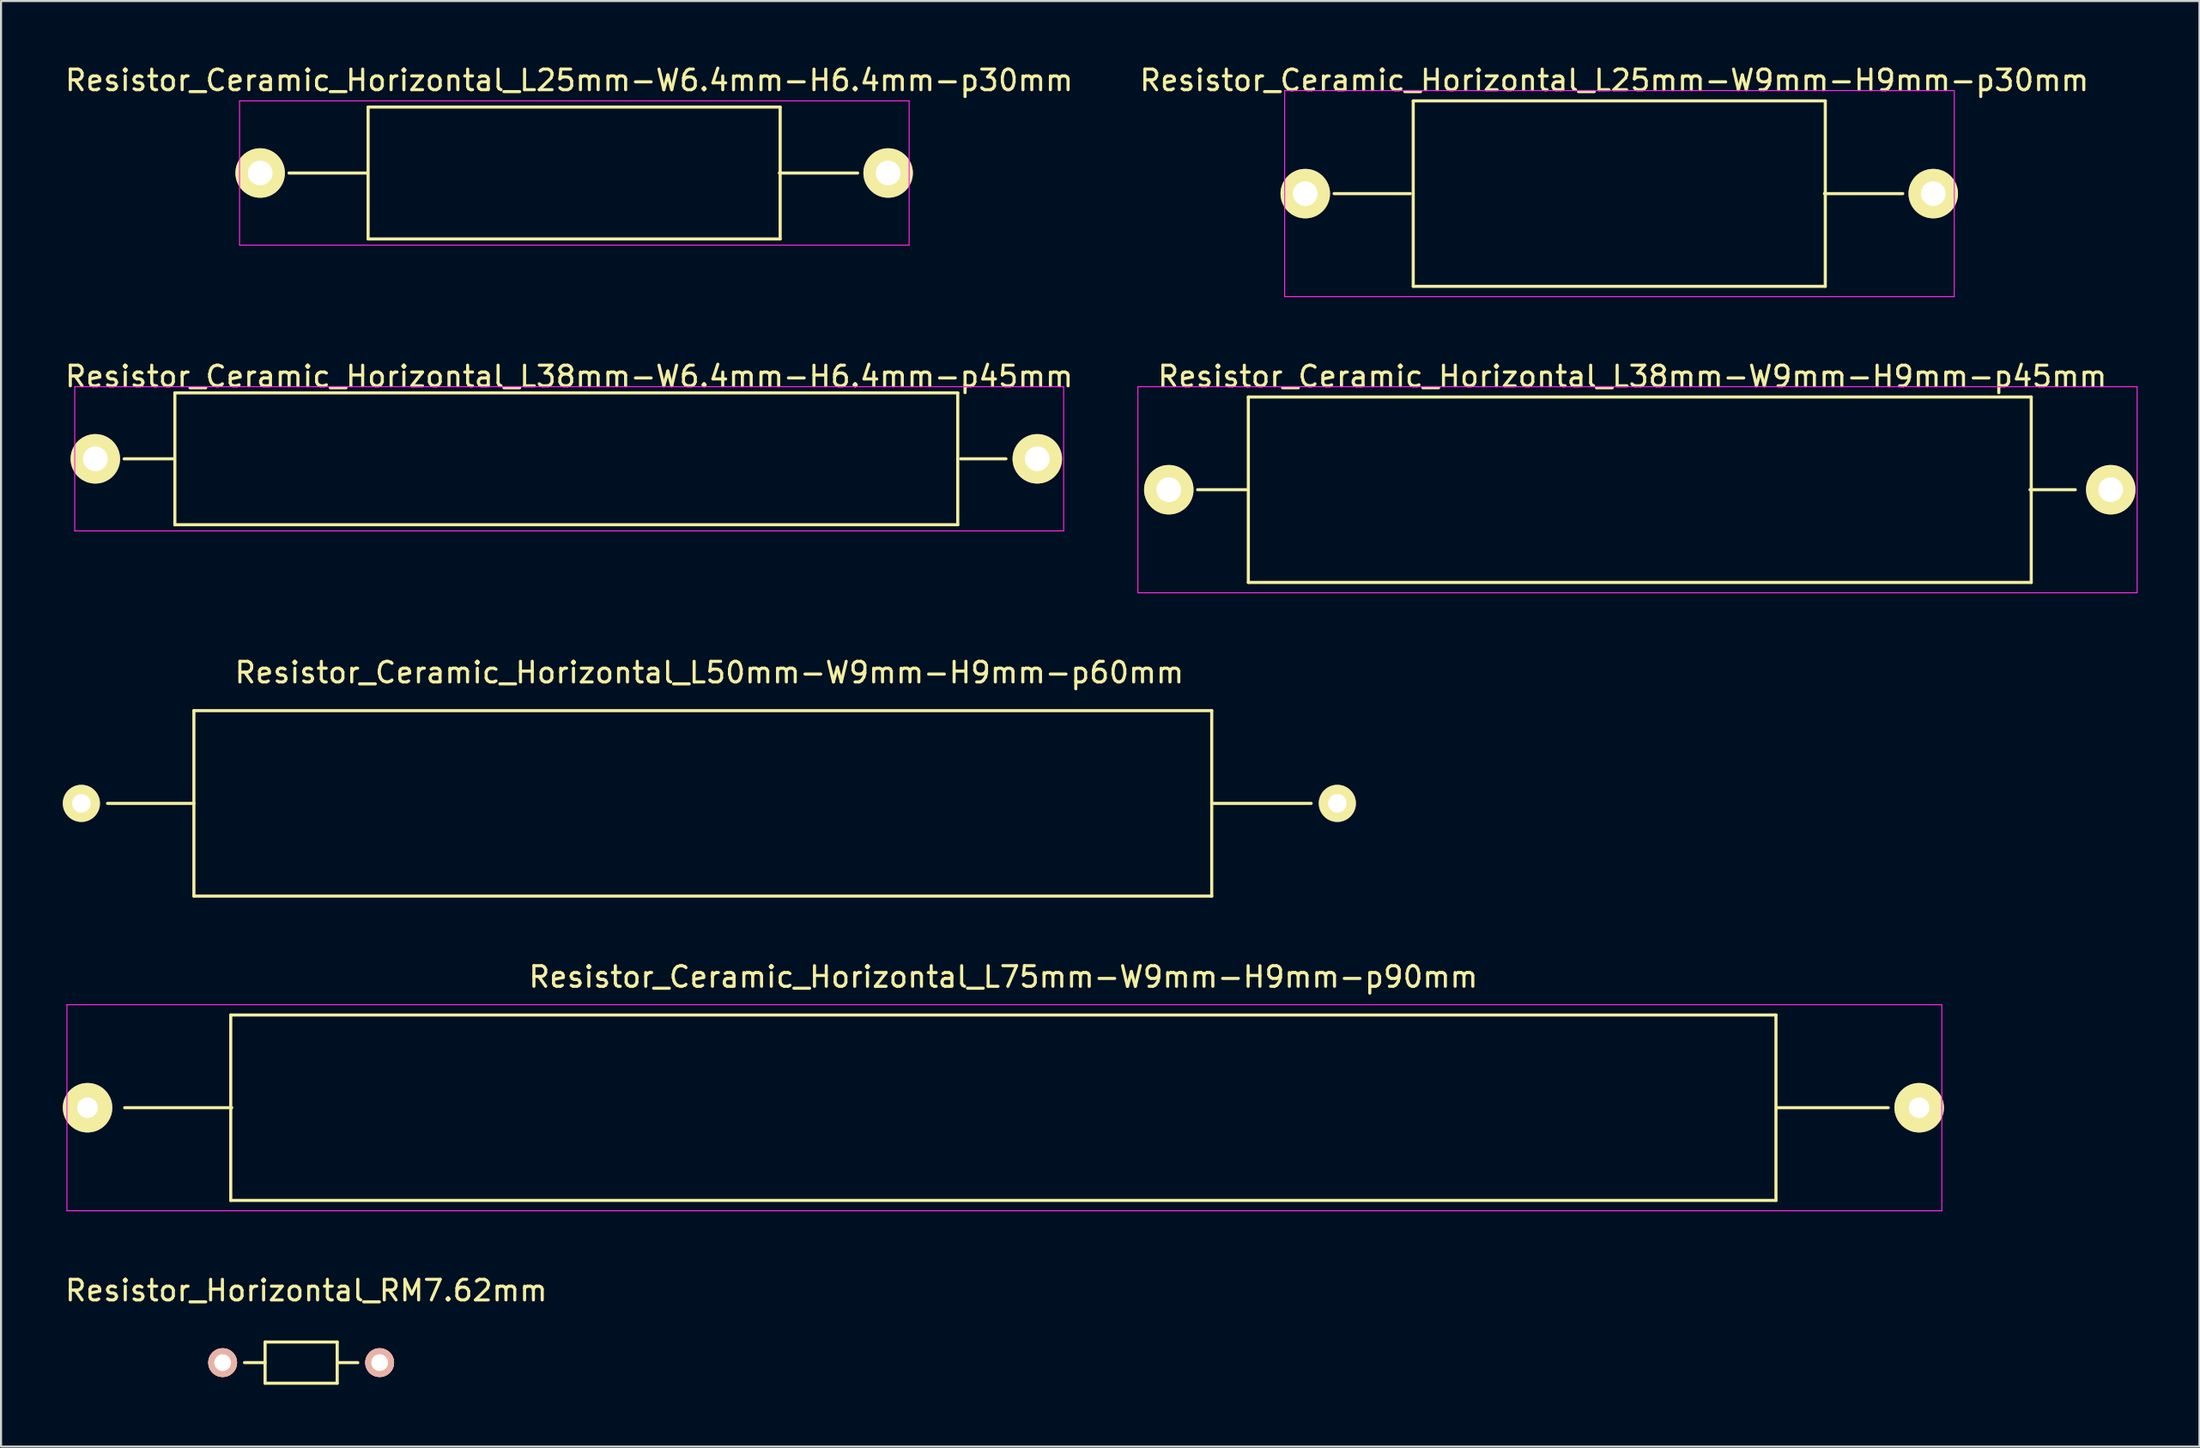
<source format=kicad_pcb>
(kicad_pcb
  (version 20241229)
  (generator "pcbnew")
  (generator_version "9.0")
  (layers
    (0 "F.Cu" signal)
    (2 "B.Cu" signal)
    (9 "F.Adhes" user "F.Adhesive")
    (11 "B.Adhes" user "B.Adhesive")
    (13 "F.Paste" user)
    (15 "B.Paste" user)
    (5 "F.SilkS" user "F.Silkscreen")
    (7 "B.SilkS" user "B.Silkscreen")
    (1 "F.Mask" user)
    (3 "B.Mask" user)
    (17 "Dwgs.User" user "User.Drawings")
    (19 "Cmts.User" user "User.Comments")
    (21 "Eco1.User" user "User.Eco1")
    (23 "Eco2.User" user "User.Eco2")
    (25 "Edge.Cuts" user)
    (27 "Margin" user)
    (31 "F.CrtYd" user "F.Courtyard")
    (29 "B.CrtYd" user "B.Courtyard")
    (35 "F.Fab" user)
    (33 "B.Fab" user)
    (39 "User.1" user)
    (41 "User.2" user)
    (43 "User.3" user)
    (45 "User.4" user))
  (footprint "Resistor_Ceramic_Horizontal_L38mm-W6.4mm-H6.4mm-p45mm"
    (layer "F.Cu")
    (at 1.577 19.221)
    (property "Reference" "Resistor_Ceramic_Horizontal_L38mm-W6.4mm-H6.4mm-p45mm" (at 23 -4 0) (layer "F.SilkS") (effects (font (size 1 1) (thickness 0.15))))
    (attr through_hole)
    (fp_line (start 1.4 0) (end 3.8 0) (stroke (width 0.15) (type solid)) (layer "F.SilkS"))
    (fp_line (start 3.86 -3.2) (end 3.86 3.2) (stroke (width 0.15) (type solid)) (layer "F.SilkS"))
    (fp_line (start 3.86 3.2) (end 41.86 3.2) (stroke (width 0.15) (type solid)) (layer "F.SilkS"))
    (fp_line (start 41.86 -3.2) (end 3.86 -3.2) (stroke (width 0.15) (type solid)) (layer "F.SilkS"))
    (fp_line (start 41.86 3.2) (end 41.86 -3.2) (stroke (width 0.15) (type solid)) (layer "F.SilkS"))
    (fp_line (start 42 0) (end 44.2 0) (stroke (width 0.15) (type solid)) (layer "F.SilkS"))
    (fp_line (start -1 -3.5) (end -1 3.5) (stroke (width 0.05) (type solid)) (layer "F.CrtYd"))
    (fp_line (start -1 3.5) (end 47 3.5) (stroke (width 0.05) (type solid)) (layer "F.CrtYd"))
    (fp_line (start 47 -3.5) (end -1 -3.5) (stroke (width 0.05) (type solid)) (layer "F.CrtYd"))
    (fp_line (start 47 3.5) (end 47 -3.5) (stroke (width 0.05) (type solid)) (layer "F.CrtYd"))
    (pad "1" thru_hole circle (at 0 0 180) (size 2.4 2.4) (drill 1.2) (layers "*.Cu" "*.Mask" "F.SilkS"))
    (pad "2" thru_hole circle (at 45.72 0 180) (size 2.4 2.4) (drill 1.2) (layers "*.Cu" "*.Mask" "F.SilkS")))
  (footprint "Resistor_Ceramic_Horizontal_L38mm-W9mm-H9mm-p45mm"
    (layer "F.Cu")
    (at 53.68 20.721)
    (property "Reference" "Resistor_Ceramic_Horizontal_L38mm-W9mm-H9mm-p45mm" (at 22.5 -5.5 0) (layer "F.SilkS") (effects (font (size 1 1) (thickness 0.15))))
    (attr through_hole)
    (fp_line (start 3.8 0) (end 1.4 0) (stroke (width 0.15) (type solid)) (layer "F.SilkS"))
    (fp_line (start 3.86 -4.5) (end 3.86 4.5) (stroke (width 0.15) (type solid)) (layer "F.SilkS"))
    (fp_line (start 3.86 4.5) (end 41.86 4.5) (stroke (width 0.15) (type solid)) (layer "F.SilkS"))
    (fp_line (start 41.86 -4.5) (end 3.86 -4.5) (stroke (width 0.15) (type solid)) (layer "F.SilkS"))
    (fp_line (start 41.86 4.5) (end 41.86 -4.5) (stroke (width 0.15) (type solid)) (layer "F.SilkS"))
    (fp_line (start 44 0) (end 41.8 0) (stroke (width 0.15) (type solid)) (layer "F.SilkS"))
    (fp_line (start -1.5 -5) (end -1.5 5) (stroke (width 0.05) (type solid)) (layer "F.CrtYd"))
    (fp_line (start -1.5 5) (end 47 5) (stroke (width 0.05) (type solid)) (layer "F.CrtYd"))
    (fp_line (start 47 -5) (end -1.5 -5) (stroke (width 0.05) (type solid)) (layer "F.CrtYd"))
    (fp_line (start 47 5) (end 47 -5) (stroke (width 0.05) (type solid)) (layer "F.CrtYd"))
    (pad "1" thru_hole circle (at 0 0 180) (size 2.4 2.4) (drill 1.2) (layers "*.Cu" "*.Mask" "F.SilkS"))
    (pad "2" thru_hole circle (at 45.72 0 180) (size 2.4 2.4) (drill 1.2) (layers "*.Cu" "*.Mask" "F.SilkS")))
  (footprint "Resistor_Ceramic_Horizontal_L25mm-W6.4mm-H6.4mm-p30mm"
    (layer "F.Cu")
    (at 9.577 5.348)
    (property "Reference" "Resistor_Ceramic_Horizontal_L25mm-W6.4mm-H6.4mm-p30mm" (at 15 -4.5 0) (layer "F.SilkS") (effects (font (size 1 1) (thickness 0.15))))
    (attr through_hole)
    (fp_line (start 5.2 0) (end 1.4 0) (stroke (width 0.15) (type solid)) (layer "F.SilkS"))
    (fp_line (start 5.24 -3.2) (end 5.24 3.2) (stroke (width 0.15) (type solid)) (layer "F.SilkS"))
    (fp_line (start 5.24 3.2) (end 25.24 3.2) (stroke (width 0.15) (type solid)) (layer "F.SilkS"))
    (fp_line (start 25.24 -3.2) (end 5.24 -3.2) (stroke (width 0.15) (type solid)) (layer "F.SilkS"))
    (fp_line (start 25.24 3.2) (end 25.24 -3.2) (stroke (width 0.15) (type solid)) (layer "F.SilkS"))
    (fp_line (start 29 0) (end 25.2 0) (stroke (width 0.15) (type solid)) (layer "F.SilkS"))
    (fp_line (start -1 -3.5) (end -1 3.5) (stroke (width 0.05) (type solid)) (layer "F.CrtYd"))
    (fp_line (start 31.5 -3.5) (end -1 -3.5) (stroke (width 0.05) (type solid)) (layer "F.CrtYd"))
    (fp_line (start 31.5 -3.5) (end 31.5 3.5) (stroke (width 0.05) (type solid)) (layer "F.CrtYd"))
    (fp_line (start 31.5 3.5) (end -1 3.5) (stroke (width 0.05) (type solid)) (layer "F.CrtYd"))
    (pad "1" thru_hole circle (at 0 0 180) (size 2.4 2.4) (drill 1.2) (layers "*.Cu" "*.Mask" "F.SilkS"))
    (pad "2" thru_hole circle (at 30.48 0 180) (size 2.4 2.4) (drill 1.2) (layers "*.Cu" "*.Mask" "F.SilkS")))
  (footprint "Resistor_Ceramic_Horizontal_L50mm-W9mm-H9mm-p60mm"
    (layer "F.Cu")
    (at 31.38 35.945)
    (property "Reference" "Resistor_Ceramic_Horizontal_L50mm-W9mm-H9mm-p60mm" (at 0 -6.35 0) (layer "F.SilkS") (effects (font (size 1 1) (thickness 0.15))))
    (attr through_hole)
    (fp_line (start -25.019 -4.5) (end -25.019 4.5) (stroke (width 0.15) (type solid)) (layer "F.SilkS"))
    (fp_line (start -25.019 0) (end -29.21 0) (stroke (width 0.15) (type solid)) (layer "F.SilkS"))
    (fp_line (start -25.019 4.5) (end 24.384 4.5) (stroke (width 0.15) (type solid)) (layer "F.SilkS"))
    (fp_line (start 24.384 -4.5) (end -25.019 -4.5) (stroke (width 0.15) (type solid)) (layer "F.SilkS"))
    (fp_line (start 24.384 0) (end 29.21 0) (stroke (width 0.15) (type solid)) (layer "F.SilkS"))
    (fp_line (start 24.384 4.5) (end 24.384 -4.5) (stroke (width 0.15) (type solid)) (layer "F.SilkS"))
    (pad "1" thru_hole circle (at -30.48 0 180) (size 1.8 1.8) (drill 0.9) (layers "*.Cu" "*.Mask" "F.SilkS"))
    (pad "2" thru_hole circle (at 30.48 0 180) (size 1.8 1.8) (drill 0.9) (layers "*.Cu" "*.Mask" "F.SilkS")))
  (footprint "Resistor_Horizontal_RM7.62mm"
    (layer "F.Cu")
    (at 11.567 63.091)
    (property "Reference" "Resistor_Horizontal_RM7.62mm" (at 0.249 -3.5 0) (layer "F.SilkS") (effects (font (size 1 1) (thickness 0.15))))
    (attr through_hole)
    (fp_line (start -2.75 0) (end -1.75 0) (stroke (width 0.15) (type solid)) (layer "F.SilkS"))
    (fp_line (start -1.75 -1) (end -1.75 1) (stroke (width 0.15) (type solid)) (layer "F.SilkS"))
    (fp_line (start -1.75 -1) (end 1.75 -1) (stroke (width 0.15) (type solid)) (layer "F.SilkS"))
    (fp_line (start 1.75 -1) (end 1.75 1) (stroke (width 0.15) (type solid)) (layer "F.SilkS"))
    (fp_line (start 1.75 1) (end -1.75 1) (stroke (width 0.15) (type solid)) (layer "F.SilkS"))
    (fp_line (start 2.75 0) (end 1.75 0) (stroke (width 0.15) (type solid)) (layer "F.SilkS"))
    (pad "1" thru_hole circle (at -3.81 0) (size 1.397 1.397) (drill 0.813) (layers "*.Cu" "*.SilkS" "*.Mask"))
    (pad "2" thru_hole circle (at 3.81 0) (size 1.397 1.397) (drill 0.813) (layers "*.Cu" "*.SilkS" "*.Mask")))
  (footprint "Resistor_Ceramic_Horizontal_L75mm-W9mm-H9mm-p90mm"
    (layer "F.Cu")
    (at 1.2 50.718)
    (property "Reference" "Resistor_Ceramic_Horizontal_L75mm-W9mm-H9mm-p90mm" (at 44.45 -6.35 0) (layer "F.SilkS") (effects (font (size 1 1) (thickness 0.15))))
    (attr through_hole)
    (fp_line (start 6.95 -4.5) (end 6.95 4.5) (stroke (width 0.15) (type solid)) (layer "F.SilkS"))
    (fp_line (start 6.95 4.5) (end 81.95 4.5) (stroke (width 0.15) (type solid)) (layer "F.SilkS"))
    (fp_line (start 7 0) (end 1.8 0) (stroke (width 0.15) (type solid)) (layer "F.SilkS"))
    (fp_line (start 81.95 -4.5) (end 6.95 -4.5) (stroke (width 0.15) (type solid)) (layer "F.SilkS"))
    (fp_line (start 81.95 4.5) (end 81.95 -4.5) (stroke (width 0.15) (type solid)) (layer "F.SilkS"))
    (fp_line (start 87.4 0) (end 82 0) (stroke (width 0.15) (type solid)) (layer "F.SilkS"))
    (fp_line (start -1 -5) (end -1 5) (stroke (width 0.05) (type solid)) (layer "F.CrtYd"))
    (fp_line (start -1 5) (end 90 5) (stroke (width 0.05) (type solid)) (layer "F.CrtYd"))
    (fp_line (start 90 -5) (end -1 -5) (stroke (width 0.05) (type solid)) (layer "F.CrtYd"))
    (fp_line (start 90 5) (end 90 -5) (stroke (width 0.05) (type solid)) (layer "F.CrtYd"))
    (pad "1" thru_hole circle (at 0 0 180) (size 2.4 2.4) (drill 1) (layers "*.Cu" "*.Mask" "F.SilkS"))
    (pad "2" thru_hole circle (at 88.9 0 180) (size 2.4 2.4) (drill 1) (layers "*.Cu" "*.Mask" "F.SilkS")))
  (footprint "Resistor_Ceramic_Horizontal_L25mm-W9mm-H9mm-p30mm"
    (layer "F.Cu")
    (at 60.304 6.348)
    (property "Reference" "Resistor_Ceramic_Horizontal_L25mm-W9mm-H9mm-p30mm" (at 15 -5.5 0) (layer "F.SilkS") (effects (font (size 1 1) (thickness 0.15))))
    (attr through_hole)
    (fp_line (start 5.1 0) (end 1.4 0) (stroke (width 0.15) (type solid)) (layer "F.SilkS"))
    (fp_line (start 5.24 -4.5) (end 5.24 4.5) (stroke (width 0.15) (type solid)) (layer "F.SilkS"))
    (fp_line (start 5.24 4.5) (end 25.24 4.5) (stroke (width 0.15) (type solid)) (layer "F.SilkS"))
    (fp_line (start 25.24 -4.5) (end 5.24 -4.5) (stroke (width 0.15) (type solid)) (layer "F.SilkS"))
    (fp_line (start 25.24 4.5) (end 25.24 -4.5) (stroke (width 0.15) (type solid)) (layer "F.SilkS"))
    (fp_line (start 29 0) (end 25.2 0) (stroke (width 0.15) (type solid)) (layer "F.SilkS"))
    (fp_line (start -1 -5) (end -1 5) (stroke (width 0.05) (type solid)) (layer "F.CrtYd"))
    (fp_line (start -1 5) (end 31.5 5) (stroke (width 0.05) (type solid)) (layer "F.CrtYd"))
    (fp_line (start 31.5 -5) (end -1 -5) (stroke (width 0.05) (type solid)) (layer "F.CrtYd"))
    (fp_line (start 31.5 5) (end 31.5 -5) (stroke (width 0.05) (type solid)) (layer "F.CrtYd"))
    (pad "1" thru_hole circle (at 0 0 180) (size 2.4 2.4) (drill 1.2) (layers "*.Cu" "*.Mask" "F.SilkS"))
    (pad "2" thru_hole circle (at 30.48 0 180) (size 2.4 2.4) (drill 1.2) (layers "*.Cu" "*.Mask" "F.SilkS")))
  (gr_rect
    (start -3 -3)
    (end 103.705 67.166)
    (stroke (width 0.1) (type default))
    (fill no)
    (layer "Edge.Cuts")))
</source>
